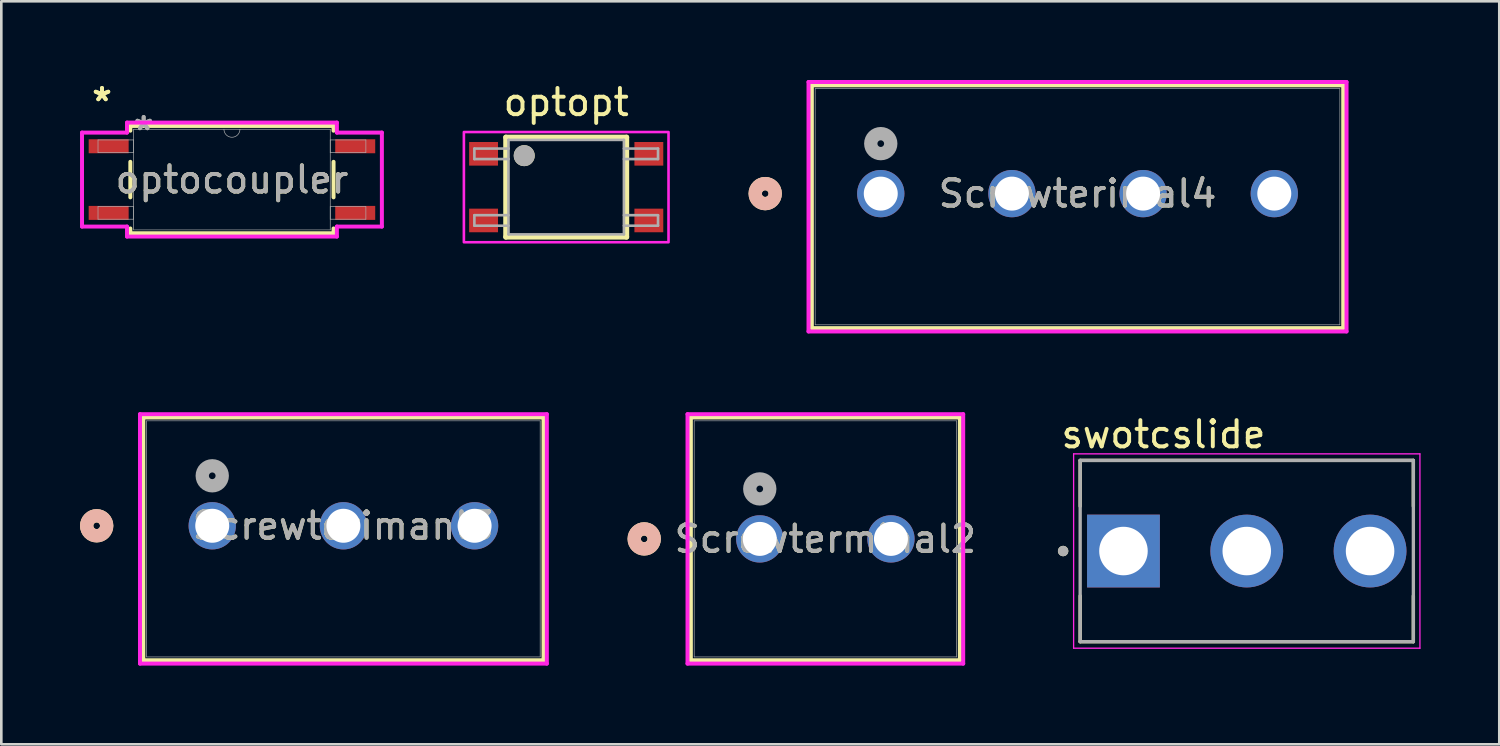
<source format=kicad_pcb>
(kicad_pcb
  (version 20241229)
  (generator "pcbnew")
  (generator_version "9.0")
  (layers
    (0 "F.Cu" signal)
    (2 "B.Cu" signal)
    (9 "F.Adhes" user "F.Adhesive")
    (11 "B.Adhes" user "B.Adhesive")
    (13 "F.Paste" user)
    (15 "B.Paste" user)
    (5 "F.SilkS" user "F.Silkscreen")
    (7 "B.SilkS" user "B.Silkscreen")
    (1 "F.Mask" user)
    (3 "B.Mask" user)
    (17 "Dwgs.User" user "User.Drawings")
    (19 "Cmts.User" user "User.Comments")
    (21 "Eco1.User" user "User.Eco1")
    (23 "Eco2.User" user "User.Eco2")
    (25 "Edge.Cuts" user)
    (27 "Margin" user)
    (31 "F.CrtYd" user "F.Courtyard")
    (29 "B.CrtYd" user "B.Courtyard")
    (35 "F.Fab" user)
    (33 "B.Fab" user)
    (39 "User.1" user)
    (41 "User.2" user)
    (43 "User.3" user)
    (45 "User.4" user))
  (footprint "optopt"
    (layer "F.Cu")
    (at 18.532 4.083)
    (property "Reference" "optopt" (at 0 -3.235 0) (layer "F.SilkS") (effects (font (size 1 1) (thickness 0.15))))
    (attr smd)
    (fp_line (start -2.3 -1.9) (end 2.3 -1.9) (stroke (width 0.2) (type solid)) (layer "F.SilkS"))
    (fp_line (start -2.3 1.9) (end -2.3 -1.9) (stroke (width 0.2) (type solid)) (layer "F.SilkS"))
    (fp_line (start 2.3 -1.9) (end 2.3 1.9) (stroke (width 0.2) (type solid)) (layer "F.SilkS"))
    (fp_line (start 2.3 1.9) (end -2.3 1.9) (stroke (width 0.2) (type solid)) (layer "F.SilkS"))
    (fp_circle (center -1.6 -1.2) (end -1.4 -1.2) (stroke (width 0.4) (type solid)) (fill no) (layer "F.SilkS"))
    (fp_poly (pts (xy -3.9 -2.1) (xy 3.9 -2.1) (xy 3.9 2.1) (xy -3.9 2.1)) (stroke (width 0.1) (type solid)) (fill no) (layer "F.CrtYd"))
    (fp_line (start -3.5 -1.47) (end -3.5 -1.07) (stroke (width 0.1) (type solid)) (layer "F.Fab"))
    (fp_line (start -3.5 -1.07) (end -2.2 -1.07) (stroke (width 0.1) (type solid)) (layer "F.Fab"))
    (fp_line (start -3.5 1.07) (end -3.5 1.47) (stroke (width 0.1) (type solid)) (layer "F.Fab"))
    (fp_line (start -3.5 1.47) (end -2.2 1.47) (stroke (width 0.1) (type solid)) (layer "F.Fab"))
    (fp_line (start -2.2 -1.8) (end 2.2 -1.8) (stroke (width 0.1) (type solid)) (layer "F.Fab"))
    (fp_line (start -2.2 -1.47) (end -3.5 -1.47) (stroke (width 0.1) (type solid)) (layer "F.Fab"))
    (fp_line (start -2.2 -1.47) (end -2.2 -1.8) (stroke (width 0.1) (type solid)) (layer "F.Fab"))
    (fp_line (start -2.2 -1.07) (end -2.2 -1.47) (stroke (width 0.1) (type solid)) (layer "F.Fab"))
    (fp_line (start -2.2 1.07) (end -3.5 1.07) (stroke (width 0.1) (type solid)) (layer "F.Fab"))
    (fp_line (start -2.2 1.8) (end -2.2 -1.07) (stroke (width 0.1) (type solid)) (layer "F.Fab"))
    (fp_line (start 2.2 -1.8) (end 2.2 1.8) (stroke (width 0.1) (type solid)) (layer "F.Fab"))
    (fp_line (start 2.2 -1.07) (end 3.5 -1.07) (stroke (width 0.1) (type solid)) (layer "F.Fab"))
    (fp_line (start 2.2 1.47) (end 3.5 1.47) (stroke (width 0.1) (type solid)) (layer "F.Fab"))
    (fp_line (start 2.2 1.8) (end -2.2 1.8) (stroke (width 0.1) (type solid)) (layer "F.Fab"))
    (fp_line (start 3.5 -1.47) (end 2.2 -1.47) (stroke (width 0.1) (type solid)) (layer "F.Fab"))
    (fp_line (start 3.5 -1.07) (end 3.5 -1.47) (stroke (width 0.1) (type solid)) (layer "F.Fab"))
    (fp_line (start 3.5 1.07) (end 2.2 1.07) (stroke (width 0.1) (type solid)) (layer "F.Fab"))
    (fp_line (start 3.5 1.47) (end 3.5 1.07) (stroke (width 0.1) (type solid)) (layer "F.Fab"))
    (fp_circle (center -1.6 -1.2) (end -1.4 -1.2) (stroke (width 0.4) (type solid)) (fill no) (layer "F.Fab"))
    (pad "1" smd rect (at -3.15 -1.27) (size 1.1 0.9) (layers "F.Cu" "F.Mask" "F.Paste"))
    (pad "2" smd rect (at -3.15 1.27) (size 1.1 0.9) (layers "F.Cu" "F.Mask" "F.Paste"))
    (pad "3" smd rect (at 3.15 1.27) (size 1.1 0.9) (layers "F.Cu" "F.Mask" "F.Paste"))
    (pad "4" smd rect (at 3.15 -1.27) (size 1.1 0.9) (layers "F.Cu" "F.Mask" "F.Paste")))
  (footprint "Screwterimanl3"
    (layer "F.Cu")
    (at 5.04 16.991)
    (property "Reference" "Screwterimanl3" (at 5 0 0) (unlocked yes) (layer "F.SilkS") (effects (font (size 1 1) (thickness 0.15))))
    (attr through_hole)
    (fp_line (start -2.627 -4.127) (end -2.627 5.127) (stroke (width 0.152) (type solid)) (layer "F.SilkS"))
    (fp_line (start -2.627 5.127) (end 12.627 5.127) (stroke (width 0.152) (type solid)) (layer "F.SilkS"))
    (fp_line (start 12.627 -4.127) (end -2.627 -4.127) (stroke (width 0.152) (type solid)) (layer "F.SilkS"))
    (fp_line (start 12.627 5.127) (end 12.627 -4.127) (stroke (width 0.152) (type solid)) (layer "F.SilkS"))
    (fp_circle (center -4.405 0) (end -4.024 0) (stroke (width 0.508) (type solid)) (fill no) (layer "F.SilkS"))
    (fp_circle (center -4.405 0) (end -4.024 0) (stroke (width 0.508) (type solid)) (fill no) (layer "B.SilkS"))
    (fp_line (start -2.754 -4.254) (end -2.754 5.254) (stroke (width 0.152) (type solid)) (layer "F.CrtYd"))
    (fp_line (start -2.754 5.254) (end 12.754 5.254) (stroke (width 0.152) (type solid)) (layer "F.CrtYd"))
    (fp_line (start 12.754 -4.254) (end -2.754 -4.254) (stroke (width 0.152) (type solid)) (layer "F.CrtYd"))
    (fp_line (start 12.754 5.254) (end 12.754 -4.254) (stroke (width 0.152) (type solid)) (layer "F.CrtYd"))
    (fp_line (start -2.5 -4) (end -2.5 5) (stroke (width 0.025) (type solid)) (layer "F.Fab"))
    (fp_line (start -2.5 5) (end 12.5 5) (stroke (width 0.025) (type solid)) (layer "F.Fab"))
    (fp_line (start 12.5 -4) (end -2.5 -4) (stroke (width 0.025) (type solid)) (layer "F.Fab"))
    (fp_line (start 12.5 5) (end 12.5 -4) (stroke (width 0.025) (type solid)) (layer "F.Fab"))
    (fp_circle (center 0 -1.905) (end 0.381 -1.905) (stroke (width 0.508) (type solid)) (fill no) (layer "F.Fab"))
    (fp_text user "${REFERENCE}" (at 5 0 0) (unlocked yes) (layer "F.Fab") (effects (font (size 1 1) (thickness 0.15))))
    (pad "1" thru_hole circle (at 0 0) (size 1.803 1.803) (drill 1.295) (layers "*.Cu" "*.Mask"))
    (pad "2" thru_hole circle (at 5 0) (size 1.803 1.803) (drill 1.295) (layers "*.Cu" "*.Mask"))
    (pad "3" thru_hole circle (at 10 0) (size 1.803 1.803) (drill 1.295) (layers "*.Cu" "*.Mask")))
  (footprint "optocoupler"
    (layer "F.Cu")
    (at 5.791 3.795)
    (property "Reference" "optocoupler" (at 0 0 0) (unlocked yes) (layer "F.SilkS") (effects (font (size 1 1) (thickness 0.15))))
    (attr smd)
    (fp_line (start -3.873 -2.045) (end -3.873 -1.863) (stroke (width 0.152) (type solid)) (layer "F.SilkS"))
    (fp_line (start -3.873 -0.677) (end -3.873 0.677) (stroke (width 0.152) (type solid)) (layer "F.SilkS"))
    (fp_line (start -3.873 1.863) (end -3.873 2.045) (stroke (width 0.152) (type solid)) (layer "F.SilkS"))
    (fp_line (start -3.873 2.045) (end 3.873 2.045) (stroke (width 0.152) (type solid)) (layer "F.SilkS"))
    (fp_line (start 3.873 -2.045) (end -3.873 -2.045) (stroke (width 0.152) (type solid)) (layer "F.SilkS"))
    (fp_line (start 3.873 -1.863) (end 3.873 -2.045) (stroke (width 0.152) (type solid)) (layer "F.SilkS"))
    (fp_line (start 3.873 0.677) (end 3.873 -0.677) (stroke (width 0.152) (type solid)) (layer "F.SilkS"))
    (fp_line (start 3.873 2.045) (end 3.873 1.863) (stroke (width 0.152) (type solid)) (layer "F.SilkS"))
    (fp_line (start -5.715 -1.791) (end -4 -1.791) (stroke (width 0.152) (type solid)) (layer "F.CrtYd"))
    (fp_line (start -5.715 1.791) (end -5.715 -1.791) (stroke (width 0.152) (type solid)) (layer "F.CrtYd"))
    (fp_line (start -5.715 1.791) (end -4 1.791) (stroke (width 0.152) (type solid)) (layer "F.CrtYd"))
    (fp_line (start -4 -2.172) (end 4 -2.172) (stroke (width 0.152) (type solid)) (layer "F.CrtYd"))
    (fp_line (start -4 -1.791) (end -4 -2.172) (stroke (width 0.152) (type solid)) (layer "F.CrtYd"))
    (fp_line (start -4 2.172) (end -4 1.791) (stroke (width 0.152) (type solid)) (layer "F.CrtYd"))
    (fp_line (start 4 -2.172) (end 4 -1.791) (stroke (width 0.152) (type solid)) (layer "F.CrtYd"))
    (fp_line (start 4 1.791) (end 4 2.172) (stroke (width 0.152) (type solid)) (layer "F.CrtYd"))
    (fp_line (start 4 2.172) (end -4 2.172) (stroke (width 0.152) (type solid)) (layer "F.CrtYd"))
    (fp_line (start 5.715 -1.791) (end 4 -1.791) (stroke (width 0.152) (type solid)) (layer "F.CrtYd"))
    (fp_line (start 5.715 -1.791) (end 5.715 1.791) (stroke (width 0.152) (type solid)) (layer "F.CrtYd"))
    (fp_line (start 5.715 1.791) (end 4 1.791) (stroke (width 0.152) (type solid)) (layer "F.CrtYd"))
    (fp_line (start -5.105 -1.511) (end -5.105 -1.029) (stroke (width 0.025) (type solid)) (layer "F.Fab"))
    (fp_line (start -5.105 -1.029) (end -3.747 -1.029) (stroke (width 0.025) (type solid)) (layer "F.Fab"))
    (fp_line (start -5.105 1.029) (end -5.105 1.511) (stroke (width 0.025) (type solid)) (layer "F.Fab"))
    (fp_line (start -5.105 1.511) (end -3.747 1.511) (stroke (width 0.025) (type solid)) (layer "F.Fab"))
    (fp_line (start -3.747 -1.918) (end -3.747 1.918) (stroke (width 0.025) (type solid)) (layer "F.Fab"))
    (fp_line (start -3.747 -1.511) (end -5.105 -1.511) (stroke (width 0.025) (type solid)) (layer "F.Fab"))
    (fp_line (start -3.747 -1.029) (end -3.747 -1.511) (stroke (width 0.025) (type solid)) (layer "F.Fab"))
    (fp_line (start -3.747 1.029) (end -5.105 1.029) (stroke (width 0.025) (type solid)) (layer "F.Fab"))
    (fp_line (start -3.747 1.511) (end -3.747 1.029) (stroke (width 0.025) (type solid)) (layer "F.Fab"))
    (fp_line (start -3.747 1.918) (end 3.747 1.918) (stroke (width 0.025) (type solid)) (layer "F.Fab"))
    (fp_line (start 3.747 -1.918) (end -3.747 -1.918) (stroke (width 0.025) (type solid)) (layer "F.Fab"))
    (fp_line (start 3.747 -1.511) (end 3.747 -1.029) (stroke (width 0.025) (type solid)) (layer "F.Fab"))
    (fp_line (start 3.747 -1.029) (end 5.105 -1.029) (stroke (width 0.025) (type solid)) (layer "F.Fab"))
    (fp_line (start 3.747 1.029) (end 3.747 1.511) (stroke (width 0.025) (type solid)) (layer "F.Fab"))
    (fp_line (start 3.747 1.511) (end 5.105 1.511) (stroke (width 0.025) (type solid)) (layer "F.Fab"))
    (fp_line (start 3.747 1.918) (end 3.747 -1.918) (stroke (width 0.025) (type solid)) (layer "F.Fab"))
    (fp_line (start 5.105 -1.511) (end 3.747 -1.511) (stroke (width 0.025) (type solid)) (layer "F.Fab"))
    (fp_line (start 5.105 -1.029) (end 5.105 -1.511) (stroke (width 0.025) (type solid)) (layer "F.Fab"))
    (fp_line (start 5.105 1.029) (end 3.747 1.029) (stroke (width 0.025) (type solid)) (layer "F.Fab"))
    (fp_line (start 5.105 1.511) (end 5.105 1.029) (stroke (width 0.025) (type solid)) (layer "F.Fab"))
    (fp_arc (start 0.3048 -1.9177) (mid 0 -1.6129) (end -0.3048 -1.9177) (stroke (width 0.0254) (type solid)) (layer "F.Fab"))
    (fp_text user "*" (at -4.953 -2.946 0) (unlocked yes) (layer "F.SilkS") (effects (font (size 1 1) (thickness 0.15))))
    (fp_text user "*" (at -4.953 -2.946 0) (layer "F.SilkS") (effects (font (size 1 1) (thickness 0.15))))
    (fp_text user "*" (at -3.365 -1.841 0) (unlocked yes) (layer "F.Fab") (effects (font (size 1 1) (thickness 0.15))))
    (fp_text user "*" (at -3.365 -1.841 0) (layer "F.Fab") (effects (font (size 1 1) (thickness 0.15))))
    (fp_text user "${REFERENCE}" (at 0 0 0) (unlocked yes) (layer "F.Fab") (effects (font (size 1 1) (thickness 0.15))))
    (pad "1" smd rect (at -4.699 -1.27) (size 1.524 0.533) (layers "F.Cu" "F.Mask" "F.Paste"))
    (pad "2" smd rect (at -4.699 1.27) (size 1.524 0.533) (layers "F.Cu" "F.Mask" "F.Paste"))
    (pad "3" smd rect (at 4.699 1.27) (size 1.524 0.533) (layers "F.Cu" "F.Mask" "F.Paste"))
    (pad "4" smd rect (at 4.699 -1.27) (size 1.524 0.533) (layers "F.Cu" "F.Mask" "F.Paste")))
  (footprint "Screwterimal4"
    (layer "F.Cu")
    (at 30.522 4.33)
    (property "Reference" "Screwterimal4" (at 7.5 0 0) (unlocked yes) (layer "F.SilkS") (effects (font (size 1 1) (thickness 0.15))))
    (attr through_hole)
    (fp_line (start -2.627 -4.127) (end -2.627 5.127) (stroke (width 0.152) (type solid)) (layer "F.SilkS"))
    (fp_line (start -2.627 5.127) (end 17.627 5.127) (stroke (width 0.152) (type solid)) (layer "F.SilkS"))
    (fp_line (start 17.627 -4.127) (end -2.627 -4.127) (stroke (width 0.152) (type solid)) (layer "F.SilkS"))
    (fp_line (start 17.627 5.127) (end 17.627 -4.127) (stroke (width 0.152) (type solid)) (layer "F.SilkS"))
    (fp_circle (center -4.405 0) (end -4.024 0) (stroke (width 0.508) (type solid)) (fill no) (layer "F.SilkS"))
    (fp_circle (center -4.405 0) (end -4.024 0) (stroke (width 0.508) (type solid)) (fill no) (layer "B.SilkS"))
    (fp_line (start -2.754 -4.254) (end -2.754 5.254) (stroke (width 0.152) (type solid)) (layer "F.CrtYd"))
    (fp_line (start -2.754 5.254) (end 17.754 5.254) (stroke (width 0.152) (type solid)) (layer "F.CrtYd"))
    (fp_line (start 17.754 -4.254) (end -2.754 -4.254) (stroke (width 0.152) (type solid)) (layer "F.CrtYd"))
    (fp_line (start 17.754 5.254) (end 17.754 -4.254) (stroke (width 0.152) (type solid)) (layer "F.CrtYd"))
    (fp_line (start -2.5 -4) (end -2.5 5) (stroke (width 0.025) (type solid)) (layer "F.Fab"))
    (fp_line (start -2.5 5) (end 17.5 5) (stroke (width 0.025) (type solid)) (layer "F.Fab"))
    (fp_line (start 17.5 -4) (end -2.5 -4) (stroke (width 0.025) (type solid)) (layer "F.Fab"))
    (fp_line (start 17.5 5) (end 17.5 -4) (stroke (width 0.025) (type solid)) (layer "F.Fab"))
    (fp_circle (center 0 -1.905) (end 0.381 -1.905) (stroke (width 0.508) (type solid)) (fill no) (layer "F.Fab"))
    (fp_text user "${REFERENCE}" (at 7.5 0 0) (unlocked yes) (layer "F.Fab") (effects (font (size 1 1) (thickness 0.15))))
    (pad "1" thru_hole circle (at 0 0) (size 1.803 1.803) (drill 1.295) (layers "*.Cu" "*.Mask"))
    (pad "2" thru_hole circle (at 5 0) (size 1.803 1.803) (drill 1.295) (layers "*.Cu" "*.Mask"))
    (pad "3" thru_hole circle (at 10 0) (size 1.803 1.803) (drill 1.295) (layers "*.Cu" "*.Mask"))
    (pad "4" thru_hole circle (at 15 0) (size 1.803 1.803) (drill 1.295) (layers "*.Cu" "*.Mask")))
  (footprint "Screwterminal2"
    (layer "F.Cu")
    (at 25.91 17.491)
    (property "Reference" "Screwterminal2" (at 2.5 0 0) (unlocked yes) (layer "F.SilkS") (effects (font (size 1 1) (thickness 0.15))))
    (attr through_hole)
    (fp_line (start -2.627 -4.627) (end -2.627 4.627) (stroke (width 0.152) (type solid)) (layer "F.SilkS"))
    (fp_line (start -2.627 4.627) (end 7.627 4.627) (stroke (width 0.152) (type solid)) (layer "F.SilkS"))
    (fp_line (start 7.627 -4.627) (end -2.627 -4.627) (stroke (width 0.152) (type solid)) (layer "F.SilkS"))
    (fp_line (start 7.627 4.627) (end 7.627 -4.627) (stroke (width 0.152) (type solid)) (layer "F.SilkS"))
    (fp_circle (center -4.405 0) (end -4.024 0) (stroke (width 0.508) (type solid)) (fill no) (layer "F.SilkS"))
    (fp_circle (center -4.405 0) (end -4.024 0) (stroke (width 0.508) (type solid)) (fill no) (layer "B.SilkS"))
    (fp_line (start -2.754 -4.754) (end -2.754 4.754) (stroke (width 0.152) (type solid)) (layer "F.CrtYd"))
    (fp_line (start -2.754 4.754) (end 7.754 4.754) (stroke (width 0.152) (type solid)) (layer "F.CrtYd"))
    (fp_line (start 7.754 -4.754) (end -2.754 -4.754) (stroke (width 0.152) (type solid)) (layer "F.CrtYd"))
    (fp_line (start 7.754 4.754) (end 7.754 -4.754) (stroke (width 0.152) (type solid)) (layer "F.CrtYd"))
    (fp_line (start -2.5 -4.5) (end -2.5 4.5) (stroke (width 0.025) (type solid)) (layer "F.Fab"))
    (fp_line (start -2.5 4.5) (end 7.5 4.5) (stroke (width 0.025) (type solid)) (layer "F.Fab"))
    (fp_line (start 7.5 -4.5) (end -2.5 -4.5) (stroke (width 0.025) (type solid)) (layer "F.Fab"))
    (fp_line (start 7.5 4.5) (end 7.5 -4.5) (stroke (width 0.025) (type solid)) (layer "F.Fab"))
    (fp_circle (center 0 -1.905) (end 0.381 -1.905) (stroke (width 0.508) (type solid)) (fill no) (layer "F.Fab"))
    (fp_text user "${REFERENCE}" (at 2.5 0 0) (unlocked yes) (layer "F.Fab") (effects (font (size 1 1) (thickness 0.15))))
    (pad "1" thru_hole circle (at 0 0) (size 1.803 1.803) (drill 1.295) (layers "*.Cu" "*.Mask"))
    (pad "2" thru_hole circle (at 5 0) (size 1.803 1.803) (drill 1.295) (layers "*.Cu" "*.Mask")))
  (footprint "swotcslide"
    (layer "F.Cu")
    (at 44.473 17.954)
    (property "Reference" "swotcslide" (at -3.175 -4.445 0) (layer "F.SilkS") (effects (font (size 1 1) (thickness 0.15))))
    (attr through_hole)
    (fp_line (start -6.35 -3.454) (end 6.35 -3.454) (stroke (width 0.127) (type solid)) (layer "F.SilkS"))
    (fp_line (start -6.35 -1.708) (end -6.35 -3.454) (stroke (width 0.127) (type solid)) (layer "F.SilkS"))
    (fp_line (start -6.35 3.454) (end -6.35 1.708) (stroke (width 0.127) (type solid)) (layer "F.SilkS"))
    (fp_line (start 6.35 -3.454) (end 6.35 -1.708) (stroke (width 0.127) (type solid)) (layer "F.SilkS"))
    (fp_line (start 6.35 3.454) (end -6.35 3.454) (stroke (width 0.127) (type solid)) (layer "F.SilkS"))
    (fp_line (start 6.35 3.454) (end 6.35 1.708) (stroke (width 0.127) (type solid)) (layer "F.SilkS"))
    (fp_circle (center -7 0) (end -6.9 0) (stroke (width 0.2) (type solid)) (fill no) (layer "F.SilkS"))
    (fp_line (start -6.6 -3.704) (end -6.6 3.704) (stroke (width 0.05) (type solid)) (layer "F.CrtYd"))
    (fp_line (start -6.6 3.704) (end 6.6 3.704) (stroke (width 0.05) (type solid)) (layer "F.CrtYd"))
    (fp_line (start 6.6 -3.704) (end -6.6 -3.704) (stroke (width 0.05) (type solid)) (layer "F.CrtYd"))
    (fp_line (start 6.6 3.704) (end 6.6 -3.704) (stroke (width 0.05) (type solid)) (layer "F.CrtYd"))
    (fp_line (start -6.35 -3.454) (end 6.35 -3.454) (stroke (width 0.127) (type solid)) (layer "F.Fab"))
    (fp_line (start -6.35 3.454) (end -6.35 -3.454) (stroke (width 0.127) (type solid)) (layer "F.Fab"))
    (fp_line (start 6.35 -3.454) (end 6.35 3.454) (stroke (width 0.127) (type solid)) (layer "F.Fab"))
    (fp_line (start 6.35 3.454) (end -6.35 3.454) (stroke (width 0.127) (type solid)) (layer "F.Fab"))
    (fp_circle (center -7 0) (end -6.9 0) (stroke (width 0.2) (type solid)) (fill no) (layer "F.Fab"))
    (pad "1" thru_hole rect (at -4.7 0) (size 2.775 2.775) (drill 1.85) (layers "*.Cu" "*.Mask"))
    (pad "2" thru_hole circle (at 0 0) (size 2.775 2.775) (drill 1.85) (layers "*.Cu" "*.Mask"))
    (pad "3" thru_hole circle (at 4.7 0) (size 2.775 2.775) (drill 1.85) (layers "*.Cu" "*.Mask")))
  (gr_rect
    (start -3 -3)
    (end 54.098 25.321)
    (stroke (width 0.1) (type default))
    (fill no)
    (layer "Edge.Cuts")))
</source>
